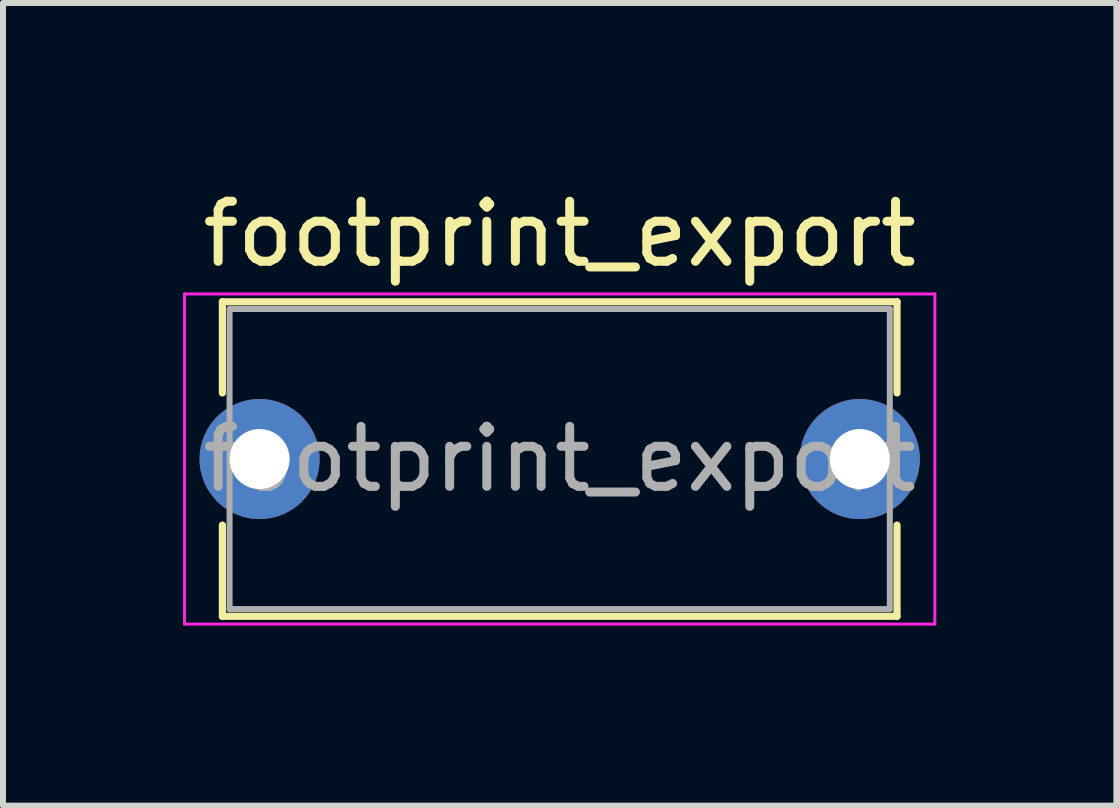
<source format=kicad_pcb>
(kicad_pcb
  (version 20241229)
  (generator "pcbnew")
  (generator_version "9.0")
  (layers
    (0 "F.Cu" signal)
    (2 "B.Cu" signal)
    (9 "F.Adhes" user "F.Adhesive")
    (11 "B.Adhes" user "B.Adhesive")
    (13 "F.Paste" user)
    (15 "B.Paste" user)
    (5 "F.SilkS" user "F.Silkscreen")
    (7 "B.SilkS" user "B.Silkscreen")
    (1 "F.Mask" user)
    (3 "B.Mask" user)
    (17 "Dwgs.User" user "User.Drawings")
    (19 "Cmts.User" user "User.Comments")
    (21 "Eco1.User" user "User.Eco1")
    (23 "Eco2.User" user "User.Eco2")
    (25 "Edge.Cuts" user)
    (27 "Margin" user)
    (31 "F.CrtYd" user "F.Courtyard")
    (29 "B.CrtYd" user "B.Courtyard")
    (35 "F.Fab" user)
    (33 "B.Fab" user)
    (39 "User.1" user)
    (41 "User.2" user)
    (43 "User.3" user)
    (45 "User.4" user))
  (footprint "footprint_export"
    (layer "F.Cu")
    (at 1.275 4.598)
    (property "Reference" "footprint_export" (at 5 -3.75 0) (layer "F.SilkS") (effects (font (size 1 1) (thickness 0.15))))
    (attr through_hole)
    (fp_line (start -0.62 -2.62) (end -0.62 -1.101) (stroke (width 0.12) (type solid)) (layer "F.SilkS"))
    (fp_line (start -0.62 -2.62) (end 10.62 -2.62) (stroke (width 0.12) (type solid)) (layer "F.SilkS"))
    (fp_line (start -0.62 1.101) (end -0.62 2.62) (stroke (width 0.12) (type solid)) (layer "F.SilkS"))
    (fp_line (start -0.62 2.62) (end 10.62 2.62) (stroke (width 0.12) (type solid)) (layer "F.SilkS"))
    (fp_line (start 10.62 -2.62) (end 10.62 -1.101) (stroke (width 0.12) (type solid)) (layer "F.SilkS"))
    (fp_line (start 10.62 1.101) (end 10.62 2.62) (stroke (width 0.12) (type solid)) (layer "F.SilkS"))
    (fp_line (start -1.25 -2.75) (end -1.25 2.75) (stroke (width 0.05) (type solid)) (layer "F.CrtYd"))
    (fp_line (start -1.25 2.75) (end 11.25 2.75) (stroke (width 0.05) (type solid)) (layer "F.CrtYd"))
    (fp_line (start 11.25 -2.75) (end -1.25 -2.75) (stroke (width 0.05) (type solid)) (layer "F.CrtYd"))
    (fp_line (start 11.25 2.75) (end 11.25 -2.75) (stroke (width 0.05) (type solid)) (layer "F.CrtYd"))
    (fp_line (start -0.5 -2.5) (end -0.5 2.5) (stroke (width 0.1) (type solid)) (layer "F.Fab"))
    (fp_line (start -0.5 2.5) (end 10.5 2.5) (stroke (width 0.1) (type solid)) (layer "F.Fab"))
    (fp_line (start 10.5 -2.5) (end -0.5 -2.5) (stroke (width 0.1) (type solid)) (layer "F.Fab"))
    (fp_line (start 10.5 2.5) (end 10.5 -2.5) (stroke (width 0.1) (type solid)) (layer "F.Fab"))
    (fp_text user "${REFERENCE}" (at 5 0 0) (layer "F.Fab") (effects (font (size 1 1) (thickness 0.15))))
    (pad "1" thru_hole circle (at 0 0) (size 2 2) (drill 1) (layers "*.Cu" "*.Mask"))
    (pad "2" thru_hole circle (at 10 0) (size 2 2) (drill 1) (layers "*.Cu" "*.Mask")))
  (gr_rect
    (start -3 -3)
    (end 15.55 10.373)
    (stroke (width 0.1) (type default))
    (fill no)
    (layer "Edge.Cuts")))
</source>
